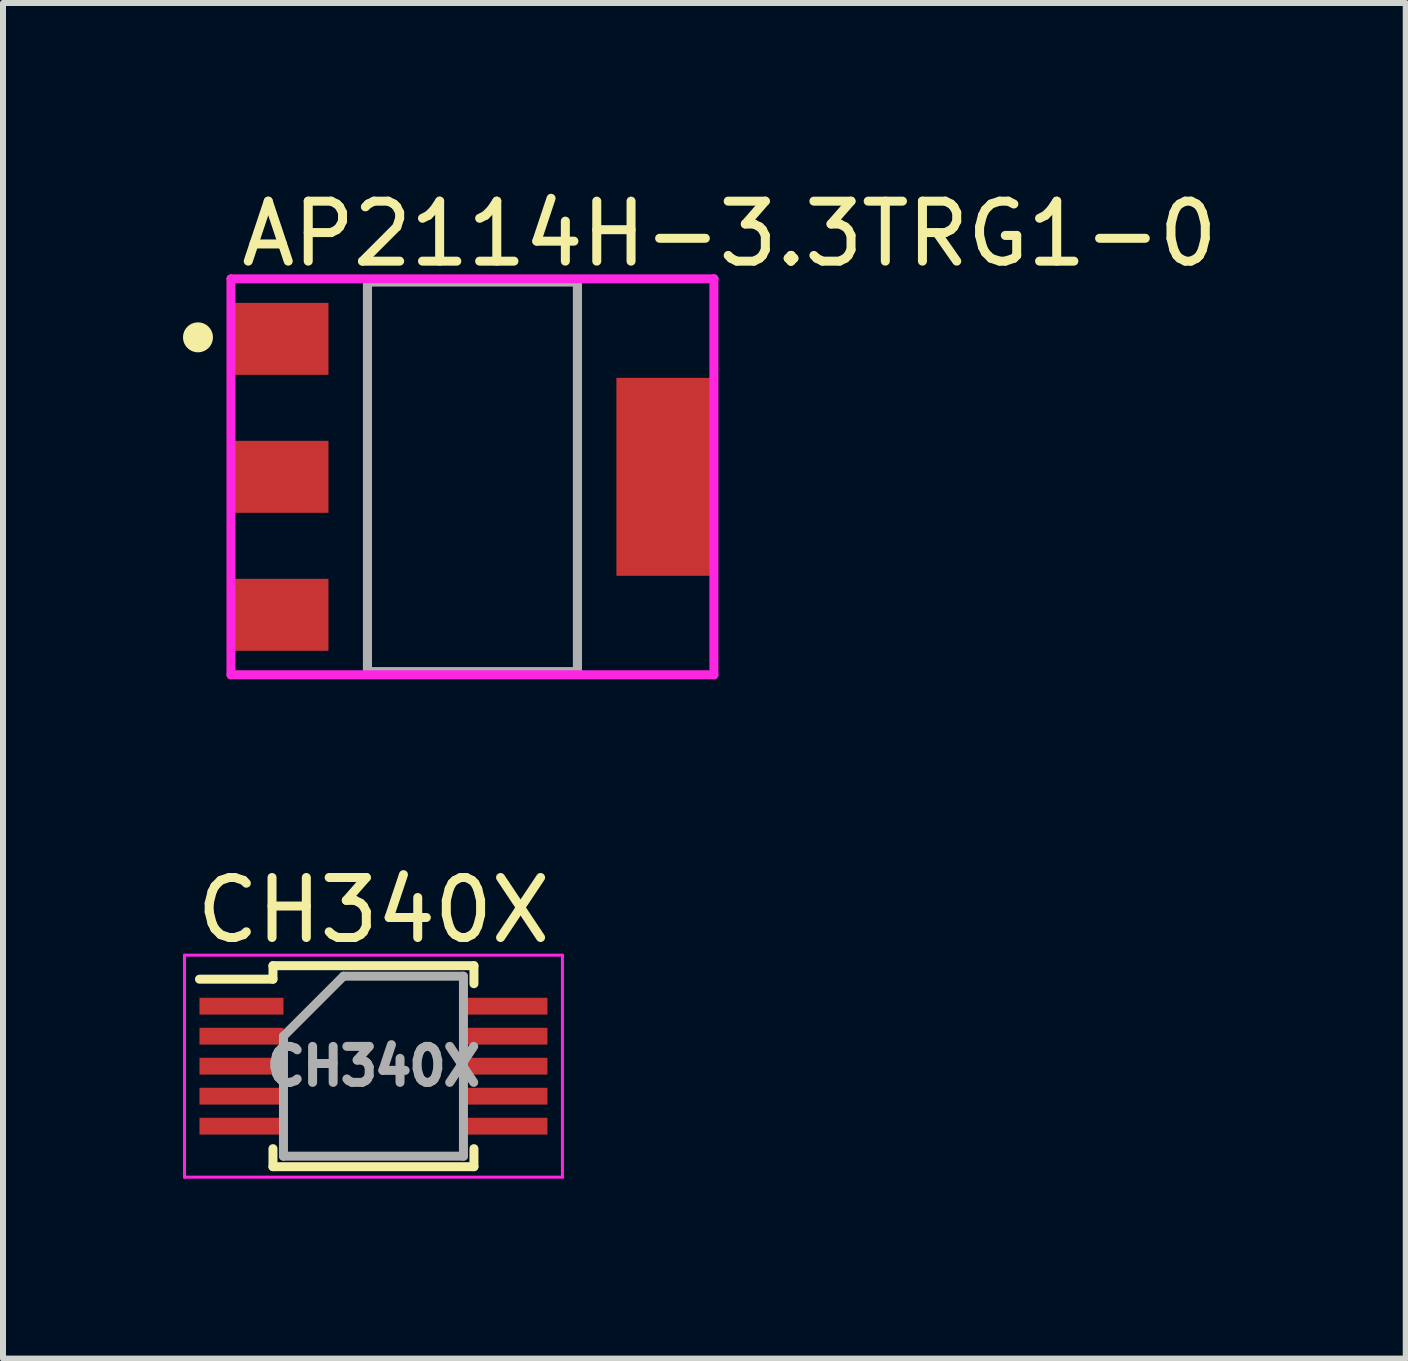
<source format=kicad_pcb>
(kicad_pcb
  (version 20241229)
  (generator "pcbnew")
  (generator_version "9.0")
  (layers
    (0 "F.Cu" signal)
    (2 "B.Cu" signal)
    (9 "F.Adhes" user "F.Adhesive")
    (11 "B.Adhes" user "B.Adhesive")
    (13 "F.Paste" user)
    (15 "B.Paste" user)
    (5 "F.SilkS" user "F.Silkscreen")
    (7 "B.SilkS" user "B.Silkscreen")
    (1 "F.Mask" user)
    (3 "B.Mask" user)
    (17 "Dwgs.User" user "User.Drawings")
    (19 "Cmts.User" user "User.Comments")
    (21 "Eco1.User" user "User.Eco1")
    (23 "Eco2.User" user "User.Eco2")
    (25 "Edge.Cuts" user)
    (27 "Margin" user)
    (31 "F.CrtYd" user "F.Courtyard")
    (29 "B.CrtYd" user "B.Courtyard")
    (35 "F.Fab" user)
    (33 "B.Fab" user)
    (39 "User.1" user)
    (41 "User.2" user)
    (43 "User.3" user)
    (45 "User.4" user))
  (footprint "CH340X"
    (layer "F.Cu")
    (at 3.175 14.722)
    (property "Reference" "CH340X" (at 0 -2.6 0) (layer "F.SilkS") (effects (font (size 1 1) (thickness 0.15))))
    (attr smd)
    (fp_line (start -1.675 -1.675) (end -1.675 -1.45) (stroke (width 0.15) (type solid)) (layer "F.SilkS"))
    (fp_line (start -1.675 -1.675) (end 1.675 -1.675) (stroke (width 0.15) (type solid)) (layer "F.SilkS"))
    (fp_line (start -1.675 -1.45) (end -2.9 -1.45) (stroke (width 0.15) (type solid)) (layer "F.SilkS"))
    (fp_line (start -1.675 1.675) (end -1.675 1.375) (stroke (width 0.15) (type solid)) (layer "F.SilkS"))
    (fp_line (start -1.675 1.675) (end 1.675 1.675) (stroke (width 0.15) (type solid)) (layer "F.SilkS"))
    (fp_line (start 1.675 -1.675) (end 1.675 -1.375) (stroke (width 0.15) (type solid)) (layer "F.SilkS"))
    (fp_line (start 1.675 1.675) (end 1.675 1.375) (stroke (width 0.15) (type solid)) (layer "F.SilkS"))
    (fp_line (start -3.15 -1.85) (end -3.15 1.85) (stroke (width 0.05) (type solid)) (layer "F.CrtYd"))
    (fp_line (start -3.15 -1.85) (end 3.15 -1.85) (stroke (width 0.05) (type solid)) (layer "F.CrtYd"))
    (fp_line (start -3.15 1.85) (end 3.15 1.85) (stroke (width 0.05) (type solid)) (layer "F.CrtYd"))
    (fp_line (start 3.15 -1.85) (end 3.15 1.85) (stroke (width 0.05) (type solid)) (layer "F.CrtYd"))
    (fp_line (start -1.5 -0.5) (end -0.5 -1.5) (stroke (width 0.15) (type solid)) (layer "F.Fab"))
    (fp_line (start -1.5 1.5) (end -1.5 -0.5) (stroke (width 0.15) (type solid)) (layer "F.Fab"))
    (fp_line (start -0.5 -1.5) (end 1.5 -1.5) (stroke (width 0.15) (type solid)) (layer "F.Fab"))
    (fp_line (start 1.5 -1.5) (end 1.5 1.5) (stroke (width 0.15) (type solid)) (layer "F.Fab"))
    (fp_line (start 1.5 1.5) (end -1.5 1.5) (stroke (width 0.15) (type solid)) (layer "F.Fab"))
    (fp_text user "${REFERENCE}" (at 0 0 0) (layer "F.Fab") (effects (font (size 0.6 0.6) (thickness 0.15))))
    (pad "1" smd rect (at -2.2 -1) (size 1.4 0.28) (layers "F.Cu" "F.Mask" "F.Paste"))
    (pad "2" smd rect (at -2.2 -0.5) (size 1.4 0.28) (layers "F.Cu" "F.Mask" "F.Paste"))
    (pad "3" smd rect (at -2.2 0) (size 1.4 0.28) (layers "F.Cu" "F.Mask" "F.Paste"))
    (pad "4" smd rect (at -2.2 0.5) (size 1.4 0.28) (layers "F.Cu" "F.Mask" "F.Paste"))
    (pad "5" smd rect (at -2.2 1) (size 1.4 0.28) (layers "F.Cu" "F.Mask" "F.Paste"))
    (pad "6" smd rect (at 2.2 1) (size 1.4 0.28) (layers "F.Cu" "F.Mask" "F.Paste"))
    (pad "7" smd rect (at 2.2 0.5) (size 1.4 0.28) (layers "F.Cu" "F.Mask" "F.Paste"))
    (pad "8" smd rect (at 2.2 0) (size 1.4 0.28) (layers "F.Cu" "F.Mask" "F.Paste"))
    (pad "9" smd rect (at 2.2 -0.5) (size 1.4 0.28) (layers "F.Cu" "F.Mask" "F.Paste"))
    (pad "10" smd rect (at 2.2 -1) (size 1.4 0.28) (layers "F.Cu" "F.Mask" "F.Paste")))
  (footprint "AP2114H-3.3TRG1-0"
    (layer "F.Cu")
    (at 4.825 4.898)
    (property "Reference" "AP2114H-3.3TRG1-0" (at -3.931 -4.05 0) (layer "F.SilkS") (effects (font (size 1 1) (thickness 0.15)) (justify left)))
    (attr smd)
    (fp_circle (center -4.575 -2.325) (end -4.45 -2.325) (stroke (width 0.25) (type solid)) (fill no) (layer "F.SilkS"))
    (fp_line (start -4.025 -3.3) (end -4.025 3.3) (stroke (width 0.15) (type solid)) (layer "F.CrtYd"))
    (fp_line (start -4.025 3.3) (end 4.025 3.3) (stroke (width 0.15) (type solid)) (layer "F.CrtYd"))
    (fp_line (start 4.025 -3.3) (end -4.025 -3.3) (stroke (width 0.15) (type solid)) (layer "F.CrtYd"))
    (fp_line (start 4.025 -3.3) (end 4.025 -3.3) (stroke (width 0.15) (type solid)) (layer "F.CrtYd"))
    (fp_line (start 4.025 3.3) (end 4.025 -3.3) (stroke (width 0.15) (type solid)) (layer "F.CrtYd"))
    (fp_line (start -1.75 -3.25) (end 1.75 -3.25) (stroke (width 0.15) (type solid)) (layer "F.Fab"))
    (fp_line (start -1.75 -3.25) (end 1.75 -3.25) (stroke (width 0.15) (type solid)) (layer "F.Fab"))
    (fp_line (start -1.75 3.25) (end -1.75 -3.25) (stroke (width 0.15) (type solid)) (layer "F.Fab"))
    (fp_line (start -1.75 3.25) (end -1.75 -3.25) (stroke (width 0.15) (type solid)) (layer "F.Fab"))
    (fp_line (start 1.75 -3.25) (end 1.75 3.25) (stroke (width 0.15) (type solid)) (layer "F.Fab"))
    (fp_line (start 1.75 -3.25) (end 1.75 3.25) (stroke (width 0.15) (type solid)) (layer "F.Fab"))
    (fp_line (start 1.75 3.25) (end -1.75 3.25) (stroke (width 0.15) (type solid)) (layer "F.Fab"))
    (fp_line (start 1.75 3.25) (end -1.75 3.25) (stroke (width 0.15) (type solid)) (layer "F.Fab"))
    (pad "1" smd rect (at -3.2 -2.3) (size 1.6 1.2) (layers "F.Cu" "F.Mask" "F.Paste"))
    (pad "2" smd rect (at -3.2 0) (size 1.6 1.2) (layers "F.Cu" "F.Mask" "F.Paste"))
    (pad "2" smd rect (at 3.2 0) (size 1.6 3.3) (layers "F.Cu" "F.Mask" "F.Paste"))
    (pad "3" smd rect (at -3.2 2.3) (size 1.6 1.2) (layers "F.Cu" "F.Mask" "F.Paste")))
  (gr_rect
    (start -3 -3)
    (end 20.382 19.596)
    (stroke (width 0.1) (type default))
    (fill no)
    (layer "Edge.Cuts")))
</source>
